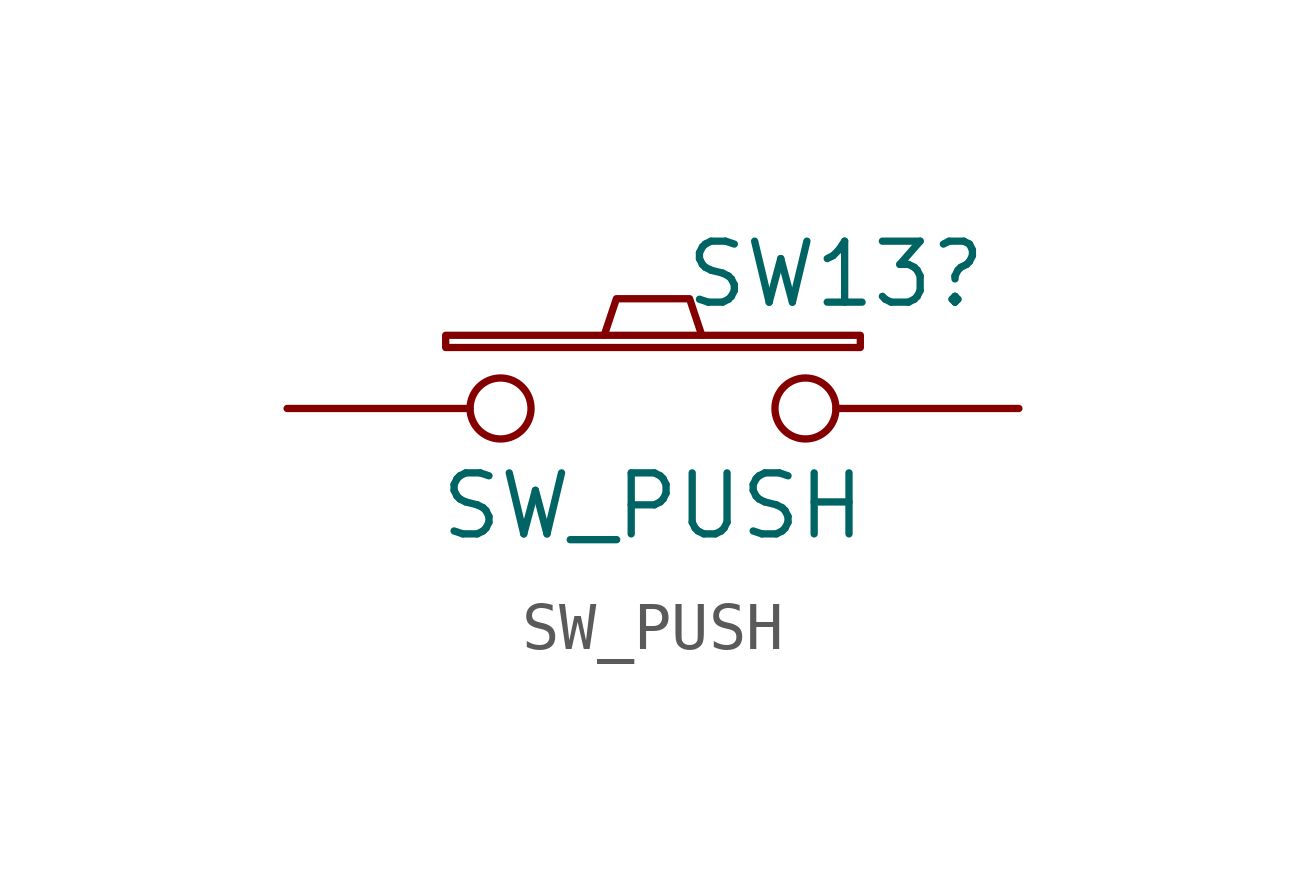
<source format=kicad_sym>
(kicad_symbol_lib
  (version 20231120)
  (generator "kicad_symbol_editor")
  (generator_version "8.0")
  (symbol "SW_PUSH"
    (pin_numbers hide)
    (pin_names
      (offset 1.016) hide)
    (property "Reference" "SW13"
      (at 3.81 2.794 0)
      (effects (font (size 1.27 1.27))))
    (property "Value" "SW_PUSH"
      (at 0 -2.032 0)
      (effects (font (size 1.27 1.27))))
    (property "Datasheet" ""
      (at 0 0 0)
      (effects (font (size 1.27 1.27))))
    (symbol "SW_PUSH_0_1"
      (rectangle (start -4.318 1.27) (end 4.318 1.524) (stroke (width 0) (type solid)) (fill (type none)))
      (polyline (pts (xy -1.016 1.524) (xy -0.762 2.286) (xy 0.762 2.286) (xy 1.016 1.524)) (stroke (width 0) (type solid)) (fill (type none)))
      (pin passive inverted (at -7.62 0 0) (length 5.08) (name "1" (effects (font (size 1.27 1.27)))) (number "1" (effects (font (size 1.27 1.27)))))
      (pin passive inverted (at 7.62 0 180) (length 5.08) (name "2" (effects (font (size 1.27 1.27)))) (number "2" (effects (font (size 1.27 1.27))))))))
</source>
